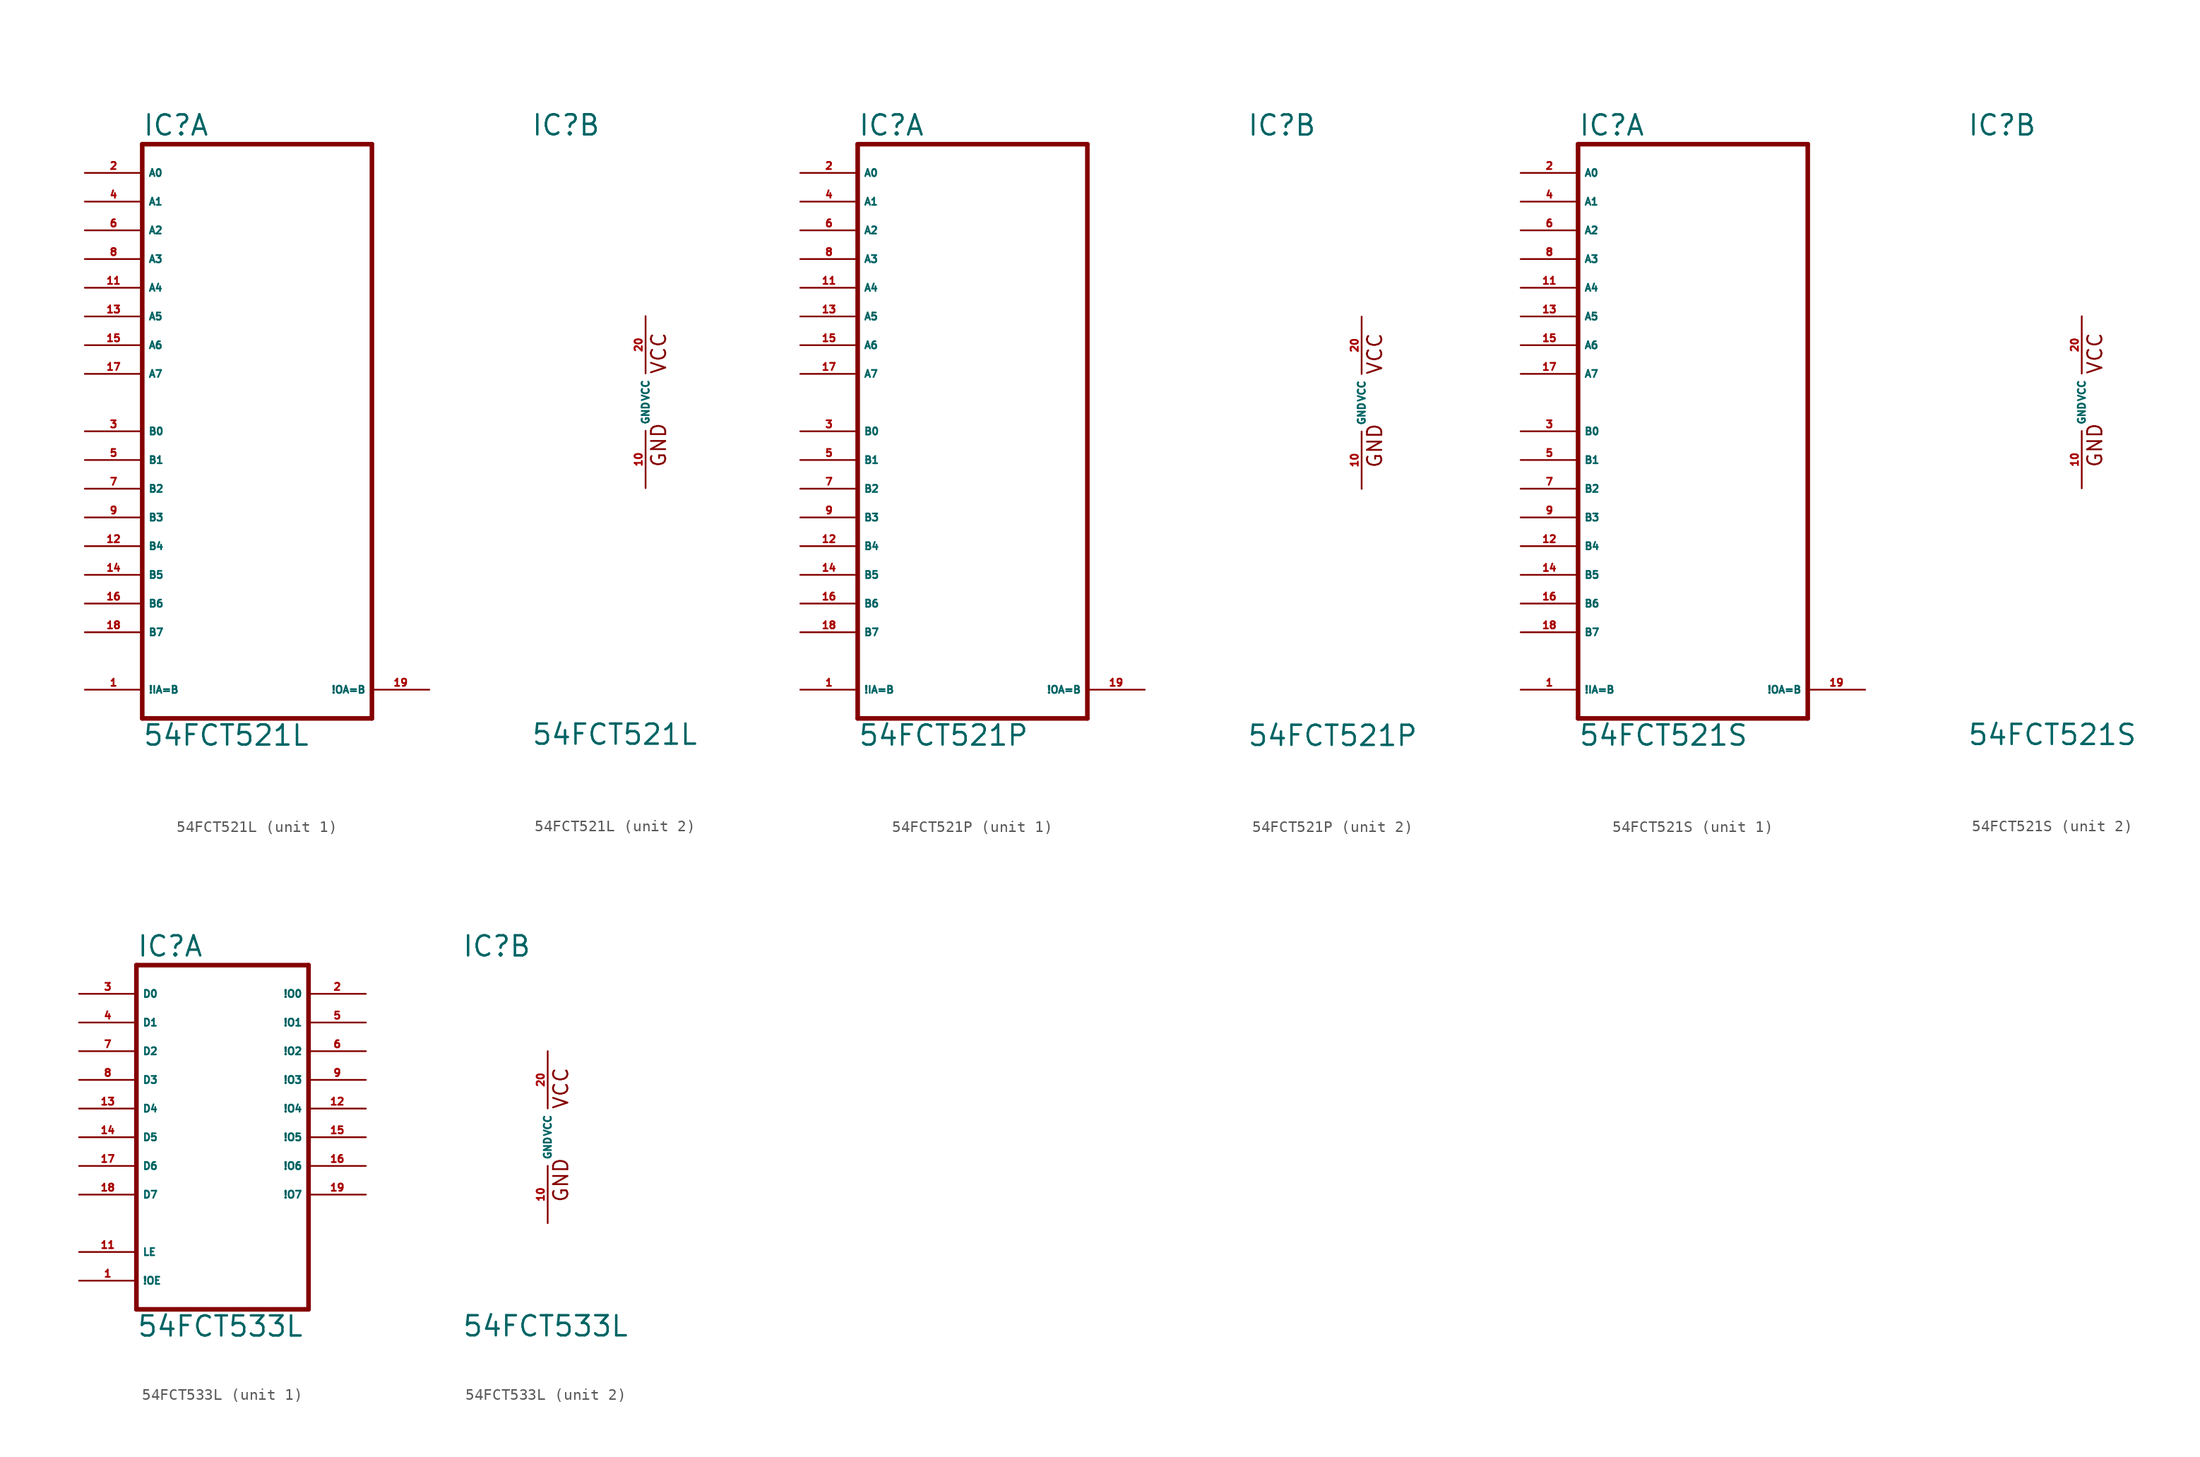
<source format=kicad_sym>
(kicad_symbol_lib
  (version 20220914)
  (generator Eagle2Kicad)
  (symbol "54FCT521L"
    (property "Reference" "IC"
      (at -10.16 23.495 0)
      (effects (font (size 1.778 1.778) (thickness 0.22)) (justify left bottom)))
    (property "Value" "54FCT521L"
      (at -10.16 -30.48 0)
      (effects (font (size 1.778 1.778) (thickness 0.22)) (justify left bottom)))
    (symbol "54FCT521L_1_0"
      (polyline (pts (xy -10.16 -27.94) (xy 10.16 -27.94)) (stroke (width 0.406) (type default)) (fill (type none)))
      (polyline (pts (xy 10.16 -27.94) (xy 10.16 22.86)) (stroke (width 0.406) (type default)) (fill (type none)))
      (polyline (pts (xy 10.16 22.86) (xy -10.16 22.86)) (stroke (width 0.406) (type default)) (fill (type none)))
      (polyline (pts (xy -10.16 22.86) (xy -10.16 -27.94)) (stroke (width 0.406) (type default)) (fill (type none)))
      (pin input line (at -15.24 20.32 0) (length 5.08) (name "A0" (effects (font (size 0.635 0.635) (thickness 0.08)) (justify left bottom))) (number "2" (effects (font (size 0.635 0.635) (thickness 0.08)) (justify left bottom))))
      (pin input line (at -15.24 17.78 0) (length 5.08) (name "A1" (effects (font (size 0.635 0.635) (thickness 0.08)) (justify left bottom))) (number "4" (effects (font (size 0.635 0.635) (thickness 0.08)) (justify left bottom))))
      (pin input line (at -15.24 15.24 0) (length 5.08) (name "A2" (effects (font (size 0.635 0.635) (thickness 0.08)) (justify left bottom))) (number "6" (effects (font (size 0.635 0.635) (thickness 0.08)) (justify left bottom))))
      (pin input line (at -15.24 12.7 0) (length 5.08) (name "A3" (effects (font (size 0.635 0.635) (thickness 0.08)) (justify left bottom))) (number "8" (effects (font (size 0.635 0.635) (thickness 0.08)) (justify left bottom))))
      (pin input line (at -15.24 10.16 0) (length 5.08) (name "A4" (effects (font (size 0.635 0.635) (thickness 0.08)) (justify left bottom))) (number "11" (effects (font (size 0.635 0.635) (thickness 0.08)) (justify left bottom))))
      (pin input line (at -15.24 7.62 0) (length 5.08) (name "A5" (effects (font (size 0.635 0.635) (thickness 0.08)) (justify left bottom))) (number "13" (effects (font (size 0.635 0.635) (thickness 0.08)) (justify left bottom))))
      (pin input line (at -15.24 5.08 0) (length 5.08) (name "A6" (effects (font (size 0.635 0.635) (thickness 0.08)) (justify left bottom))) (number "15" (effects (font (size 0.635 0.635) (thickness 0.08)) (justify left bottom))))
      (pin input line (at -15.24 2.54 0) (length 5.08) (name "A7" (effects (font (size 0.635 0.635) (thickness 0.08)) (justify left bottom))) (number "17" (effects (font (size 0.635 0.635) (thickness 0.08)) (justify left bottom))))
      (pin input line (at -15.24 -2.54 0) (length 5.08) (name "B0" (effects (font (size 0.635 0.635) (thickness 0.08)) (justify left bottom))) (number "3" (effects (font (size 0.635 0.635) (thickness 0.08)) (justify left bottom))))
      (pin input line (at -15.24 -5.08 0) (length 5.08) (name "B1" (effects (font (size 0.635 0.635) (thickness 0.08)) (justify left bottom))) (number "5" (effects (font (size 0.635 0.635) (thickness 0.08)) (justify left bottom))))
      (pin input line (at -15.24 -7.62 0) (length 5.08) (name "B2" (effects (font (size 0.635 0.635) (thickness 0.08)) (justify left bottom))) (number "7" (effects (font (size 0.635 0.635) (thickness 0.08)) (justify left bottom))))
      (pin input line (at -15.24 -10.16 0) (length 5.08) (name "B3" (effects (font (size 0.635 0.635) (thickness 0.08)) (justify left bottom))) (number "9" (effects (font (size 0.635 0.635) (thickness 0.08)) (justify left bottom))))
      (pin input line (at -15.24 -12.7 0) (length 5.08) (name "B4" (effects (font (size 0.635 0.635) (thickness 0.08)) (justify left bottom))) (number "12" (effects (font (size 0.635 0.635) (thickness 0.08)) (justify left bottom))))
      (pin input line (at -15.24 -15.24 0) (length 5.08) (name "B5" (effects (font (size 0.635 0.635) (thickness 0.08)) (justify left bottom))) (number "14" (effects (font (size 0.635 0.635) (thickness 0.08)) (justify left bottom))))
      (pin input line (at -15.24 -17.78 0) (length 5.08) (name "B6" (effects (font (size 0.635 0.635) (thickness 0.08)) (justify left bottom))) (number "16" (effects (font (size 0.635 0.635) (thickness 0.08)) (justify left bottom))))
      (pin input line (at -15.24 -20.32 0) (length 5.08) (name "B7" (effects (font (size 0.635 0.635) (thickness 0.08)) (justify left bottom))) (number "18" (effects (font (size 0.635 0.635) (thickness 0.08)) (justify left bottom))))
      (pin input line (at -15.24 -25.4 0) (length 5.08) (name "!IA=B" (effects (font (size 0.635 0.635) (thickness 0.08)) (justify left bottom))) (number "1" (effects (font (size 0.635 0.635) (thickness 0.08)) (justify left bottom))))
      (pin output line (at 15.24 -25.4 180) (length 5.08) (name "!OA=B" (effects (font (size 0.635 0.635) (thickness 0.08)) (justify left bottom))) (number "19" (effects (font (size 0.635 0.635) (thickness 0.08)) (justify left bottom)))))
    (symbol "54FCT521L_2_0"
      (text "GND" (at 1.905 -5.842 900) (effects (font (size 1.27 1.27) (thickness 0.16)) (justify left bottom)))
      (text "VCC" (at 1.905 2.413 900) (effects (font (size 1.27 1.27) (thickness 0.16)) (justify left bottom)))
      (pin unspecified line (at 0 7.62 270) (length 5.08) (name "VCC" (effects (font (size 0.635 0.635) (thickness 0.08)) (justify left bottom))) (number "20" (effects (font (size 0.635 0.635) (thickness 0.08)) (justify left bottom))))
      (pin unspecified line (at 0 -7.62 90) (length 5.08) (name "GND" (effects (font (size 0.635 0.635) (thickness 0.08)) (justify left bottom))) (number "10" (effects (font (size 0.635 0.635) (thickness 0.08)) (justify left bottom))))))
  (symbol "54FCT521P"
    (property "Reference" "IC"
      (at -10.16 23.495 0)
      (effects (font (size 1.778 1.778) (thickness 0.22)) (justify left bottom)))
    (property "Value" "54FCT521P"
      (at -10.16 -30.48 0)
      (effects (font (size 1.778 1.778) (thickness 0.22)) (justify left bottom)))
    (symbol "54FCT521P_1_0"
      (polyline (pts (xy -10.16 -27.94) (xy 10.16 -27.94)) (stroke (width 0.406) (type default)) (fill (type none)))
      (polyline (pts (xy 10.16 -27.94) (xy 10.16 22.86)) (stroke (width 0.406) (type default)) (fill (type none)))
      (polyline (pts (xy 10.16 22.86) (xy -10.16 22.86)) (stroke (width 0.406) (type default)) (fill (type none)))
      (polyline (pts (xy -10.16 22.86) (xy -10.16 -27.94)) (stroke (width 0.406) (type default)) (fill (type none)))
      (pin input line (at -15.24 20.32 0) (length 5.08) (name "A0" (effects (font (size 0.635 0.635) (thickness 0.08)) (justify left bottom))) (number "2" (effects (font (size 0.635 0.635) (thickness 0.08)) (justify left bottom))))
      (pin input line (at -15.24 17.78 0) (length 5.08) (name "A1" (effects (font (size 0.635 0.635) (thickness 0.08)) (justify left bottom))) (number "4" (effects (font (size 0.635 0.635) (thickness 0.08)) (justify left bottom))))
      (pin input line (at -15.24 15.24 0) (length 5.08) (name "A2" (effects (font (size 0.635 0.635) (thickness 0.08)) (justify left bottom))) (number "6" (effects (font (size 0.635 0.635) (thickness 0.08)) (justify left bottom))))
      (pin input line (at -15.24 12.7 0) (length 5.08) (name "A3" (effects (font (size 0.635 0.635) (thickness 0.08)) (justify left bottom))) (number "8" (effects (font (size 0.635 0.635) (thickness 0.08)) (justify left bottom))))
      (pin input line (at -15.24 10.16 0) (length 5.08) (name "A4" (effects (font (size 0.635 0.635) (thickness 0.08)) (justify left bottom))) (number "11" (effects (font (size 0.635 0.635) (thickness 0.08)) (justify left bottom))))
      (pin input line (at -15.24 7.62 0) (length 5.08) (name "A5" (effects (font (size 0.635 0.635) (thickness 0.08)) (justify left bottom))) (number "13" (effects (font (size 0.635 0.635) (thickness 0.08)) (justify left bottom))))
      (pin input line (at -15.24 5.08 0) (length 5.08) (name "A6" (effects (font (size 0.635 0.635) (thickness 0.08)) (justify left bottom))) (number "15" (effects (font (size 0.635 0.635) (thickness 0.08)) (justify left bottom))))
      (pin input line (at -15.24 2.54 0) (length 5.08) (name "A7" (effects (font (size 0.635 0.635) (thickness 0.08)) (justify left bottom))) (number "17" (effects (font (size 0.635 0.635) (thickness 0.08)) (justify left bottom))))
      (pin input line (at -15.24 -2.54 0) (length 5.08) (name "B0" (effects (font (size 0.635 0.635) (thickness 0.08)) (justify left bottom))) (number "3" (effects (font (size 0.635 0.635) (thickness 0.08)) (justify left bottom))))
      (pin input line (at -15.24 -5.08 0) (length 5.08) (name "B1" (effects (font (size 0.635 0.635) (thickness 0.08)) (justify left bottom))) (number "5" (effects (font (size 0.635 0.635) (thickness 0.08)) (justify left bottom))))
      (pin input line (at -15.24 -7.62 0) (length 5.08) (name "B2" (effects (font (size 0.635 0.635) (thickness 0.08)) (justify left bottom))) (number "7" (effects (font (size 0.635 0.635) (thickness 0.08)) (justify left bottom))))
      (pin input line (at -15.24 -10.16 0) (length 5.08) (name "B3" (effects (font (size 0.635 0.635) (thickness 0.08)) (justify left bottom))) (number "9" (effects (font (size 0.635 0.635) (thickness 0.08)) (justify left bottom))))
      (pin input line (at -15.24 -12.7 0) (length 5.08) (name "B4" (effects (font (size 0.635 0.635) (thickness 0.08)) (justify left bottom))) (number "12" (effects (font (size 0.635 0.635) (thickness 0.08)) (justify left bottom))))
      (pin input line (at -15.24 -15.24 0) (length 5.08) (name "B5" (effects (font (size 0.635 0.635) (thickness 0.08)) (justify left bottom))) (number "14" (effects (font (size 0.635 0.635) (thickness 0.08)) (justify left bottom))))
      (pin input line (at -15.24 -17.78 0) (length 5.08) (name "B6" (effects (font (size 0.635 0.635) (thickness 0.08)) (justify left bottom))) (number "16" (effects (font (size 0.635 0.635) (thickness 0.08)) (justify left bottom))))
      (pin input line (at -15.24 -20.32 0) (length 5.08) (name "B7" (effects (font (size 0.635 0.635) (thickness 0.08)) (justify left bottom))) (number "18" (effects (font (size 0.635 0.635) (thickness 0.08)) (justify left bottom))))
      (pin input line (at -15.24 -25.4 0) (length 5.08) (name "!IA=B" (effects (font (size 0.635 0.635) (thickness 0.08)) (justify left bottom))) (number "1" (effects (font (size 0.635 0.635) (thickness 0.08)) (justify left bottom))))
      (pin output line (at 15.24 -25.4 180) (length 5.08) (name "!OA=B" (effects (font (size 0.635 0.635) (thickness 0.08)) (justify left bottom))) (number "19" (effects (font (size 0.635 0.635) (thickness 0.08)) (justify left bottom)))))
    (symbol "54FCT521P_2_0"
      (text "GND" (at 1.905 -5.842 900) (effects (font (size 1.27 1.27) (thickness 0.16)) (justify left bottom)))
      (text "VCC" (at 1.905 2.413 900) (effects (font (size 1.27 1.27) (thickness 0.16)) (justify left bottom)))
      (pin unspecified line (at 0 7.62 270) (length 5.08) (name "VCC" (effects (font (size 0.635 0.635) (thickness 0.08)) (justify left bottom))) (number "20" (effects (font (size 0.635 0.635) (thickness 0.08)) (justify left bottom))))
      (pin unspecified line (at 0 -7.62 90) (length 5.08) (name "GND" (effects (font (size 0.635 0.635) (thickness 0.08)) (justify left bottom))) (number "10" (effects (font (size 0.635 0.635) (thickness 0.08)) (justify left bottom))))))
  (symbol "54FCT521S"
    (property "Reference" "IC"
      (at -10.16 23.495 0)
      (effects (font (size 1.778 1.778) (thickness 0.22)) (justify left bottom)))
    (property "Value" "54FCT521S"
      (at -10.16 -30.48 0)
      (effects (font (size 1.778 1.778) (thickness 0.22)) (justify left bottom)))
    (symbol "54FCT521S_1_0"
      (polyline (pts (xy -10.16 -27.94) (xy 10.16 -27.94)) (stroke (width 0.406) (type default)) (fill (type none)))
      (polyline (pts (xy 10.16 -27.94) (xy 10.16 22.86)) (stroke (width 0.406) (type default)) (fill (type none)))
      (polyline (pts (xy 10.16 22.86) (xy -10.16 22.86)) (stroke (width 0.406) (type default)) (fill (type none)))
      (polyline (pts (xy -10.16 22.86) (xy -10.16 -27.94)) (stroke (width 0.406) (type default)) (fill (type none)))
      (pin input line (at -15.24 20.32 0) (length 5.08) (name "A0" (effects (font (size 0.635 0.635) (thickness 0.08)) (justify left bottom))) (number "2" (effects (font (size 0.635 0.635) (thickness 0.08)) (justify left bottom))))
      (pin input line (at -15.24 17.78 0) (length 5.08) (name "A1" (effects (font (size 0.635 0.635) (thickness 0.08)) (justify left bottom))) (number "4" (effects (font (size 0.635 0.635) (thickness 0.08)) (justify left bottom))))
      (pin input line (at -15.24 15.24 0) (length 5.08) (name "A2" (effects (font (size 0.635 0.635) (thickness 0.08)) (justify left bottom))) (number "6" (effects (font (size 0.635 0.635) (thickness 0.08)) (justify left bottom))))
      (pin input line (at -15.24 12.7 0) (length 5.08) (name "A3" (effects (font (size 0.635 0.635) (thickness 0.08)) (justify left bottom))) (number "8" (effects (font (size 0.635 0.635) (thickness 0.08)) (justify left bottom))))
      (pin input line (at -15.24 10.16 0) (length 5.08) (name "A4" (effects (font (size 0.635 0.635) (thickness 0.08)) (justify left bottom))) (number "11" (effects (font (size 0.635 0.635) (thickness 0.08)) (justify left bottom))))
      (pin input line (at -15.24 7.62 0) (length 5.08) (name "A5" (effects (font (size 0.635 0.635) (thickness 0.08)) (justify left bottom))) (number "13" (effects (font (size 0.635 0.635) (thickness 0.08)) (justify left bottom))))
      (pin input line (at -15.24 5.08 0) (length 5.08) (name "A6" (effects (font (size 0.635 0.635) (thickness 0.08)) (justify left bottom))) (number "15" (effects (font (size 0.635 0.635) (thickness 0.08)) (justify left bottom))))
      (pin input line (at -15.24 2.54 0) (length 5.08) (name "A7" (effects (font (size 0.635 0.635) (thickness 0.08)) (justify left bottom))) (number "17" (effects (font (size 0.635 0.635) (thickness 0.08)) (justify left bottom))))
      (pin input line (at -15.24 -2.54 0) (length 5.08) (name "B0" (effects (font (size 0.635 0.635) (thickness 0.08)) (justify left bottom))) (number "3" (effects (font (size 0.635 0.635) (thickness 0.08)) (justify left bottom))))
      (pin input line (at -15.24 -5.08 0) (length 5.08) (name "B1" (effects (font (size 0.635 0.635) (thickness 0.08)) (justify left bottom))) (number "5" (effects (font (size 0.635 0.635) (thickness 0.08)) (justify left bottom))))
      (pin input line (at -15.24 -7.62 0) (length 5.08) (name "B2" (effects (font (size 0.635 0.635) (thickness 0.08)) (justify left bottom))) (number "7" (effects (font (size 0.635 0.635) (thickness 0.08)) (justify left bottom))))
      (pin input line (at -15.24 -10.16 0) (length 5.08) (name "B3" (effects (font (size 0.635 0.635) (thickness 0.08)) (justify left bottom))) (number "9" (effects (font (size 0.635 0.635) (thickness 0.08)) (justify left bottom))))
      (pin input line (at -15.24 -12.7 0) (length 5.08) (name "B4" (effects (font (size 0.635 0.635) (thickness 0.08)) (justify left bottom))) (number "12" (effects (font (size 0.635 0.635) (thickness 0.08)) (justify left bottom))))
      (pin input line (at -15.24 -15.24 0) (length 5.08) (name "B5" (effects (font (size 0.635 0.635) (thickness 0.08)) (justify left bottom))) (number "14" (effects (font (size 0.635 0.635) (thickness 0.08)) (justify left bottom))))
      (pin input line (at -15.24 -17.78 0) (length 5.08) (name "B6" (effects (font (size 0.635 0.635) (thickness 0.08)) (justify left bottom))) (number "16" (effects (font (size 0.635 0.635) (thickness 0.08)) (justify left bottom))))
      (pin input line (at -15.24 -20.32 0) (length 5.08) (name "B7" (effects (font (size 0.635 0.635) (thickness 0.08)) (justify left bottom))) (number "18" (effects (font (size 0.635 0.635) (thickness 0.08)) (justify left bottom))))
      (pin input line (at -15.24 -25.4 0) (length 5.08) (name "!IA=B" (effects (font (size 0.635 0.635) (thickness 0.08)) (justify left bottom))) (number "1" (effects (font (size 0.635 0.635) (thickness 0.08)) (justify left bottom))))
      (pin output line (at 15.24 -25.4 180) (length 5.08) (name "!OA=B" (effects (font (size 0.635 0.635) (thickness 0.08)) (justify left bottom))) (number "19" (effects (font (size 0.635 0.635) (thickness 0.08)) (justify left bottom)))))
    (symbol "54FCT521S_2_0"
      (text "GND" (at 1.905 -5.842 900) (effects (font (size 1.27 1.27) (thickness 0.16)) (justify left bottom)))
      (text "VCC" (at 1.905 2.413 900) (effects (font (size 1.27 1.27) (thickness 0.16)) (justify left bottom)))
      (pin unspecified line (at 0 7.62 270) (length 5.08) (name "VCC" (effects (font (size 0.635 0.635) (thickness 0.08)) (justify left bottom))) (number "20" (effects (font (size 0.635 0.635) (thickness 0.08)) (justify left bottom))))
      (pin unspecified line (at 0 -7.62 90) (length 5.08) (name "GND" (effects (font (size 0.635 0.635) (thickness 0.08)) (justify left bottom))) (number "10" (effects (font (size 0.635 0.635) (thickness 0.08)) (justify left bottom))))))
  (symbol "54FCT533L"
    (property "Reference" "IC"
      (at -7.62 15.875 0)
      (effects (font (size 1.778 1.778) (thickness 0.22)) (justify left bottom)))
    (property "Value" "54FCT533L"
      (at -7.62 -17.78 0)
      (effects (font (size 1.778 1.778) (thickness 0.22)) (justify left bottom)))
    (symbol "54FCT533L_1_0"
      (polyline (pts (xy -7.62 -15.24) (xy 7.62 -15.24)) (stroke (width 0.406) (type default)) (fill (type none)))
      (polyline (pts (xy 7.62 -15.24) (xy 7.62 15.24)) (stroke (width 0.406) (type default)) (fill (type none)))
      (polyline (pts (xy 7.62 15.24) (xy -7.62 15.24)) (stroke (width 0.406) (type default)) (fill (type none)))
      (polyline (pts (xy -7.62 15.24) (xy -7.62 -15.24)) (stroke (width 0.406) (type default)) (fill (type none)))
      (pin input line (at -12.7 12.7 0) (length 5.08) (name "D0" (effects (font (size 0.635 0.635) (thickness 0.08)) (justify left bottom))) (number "3" (effects (font (size 0.635 0.635) (thickness 0.08)) (justify left bottom))))
      (pin input line (at -12.7 10.16 0) (length 5.08) (name "D1" (effects (font (size 0.635 0.635) (thickness 0.08)) (justify left bottom))) (number "4" (effects (font (size 0.635 0.635) (thickness 0.08)) (justify left bottom))))
      (pin input line (at -12.7 7.62 0) (length 5.08) (name "D2" (effects (font (size 0.635 0.635) (thickness 0.08)) (justify left bottom))) (number "7" (effects (font (size 0.635 0.635) (thickness 0.08)) (justify left bottom))))
      (pin input line (at -12.7 5.08 0) (length 5.08) (name "D3" (effects (font (size 0.635 0.635) (thickness 0.08)) (justify left bottom))) (number "8" (effects (font (size 0.635 0.635) (thickness 0.08)) (justify left bottom))))
      (pin input line (at -12.7 2.54 0) (length 5.08) (name "D4" (effects (font (size 0.635 0.635) (thickness 0.08)) (justify left bottom))) (number "13" (effects (font (size 0.635 0.635) (thickness 0.08)) (justify left bottom))))
      (pin input line (at -12.7 0 0) (length 5.08) (name "D5" (effects (font (size 0.635 0.635) (thickness 0.08)) (justify left bottom))) (number "14" (effects (font (size 0.635 0.635) (thickness 0.08)) (justify left bottom))))
      (pin input line (at -12.7 -2.54 0) (length 5.08) (name "D6" (effects (font (size 0.635 0.635) (thickness 0.08)) (justify left bottom))) (number "17" (effects (font (size 0.635 0.635) (thickness 0.08)) (justify left bottom))))
      (pin input line (at -12.7 -5.08 0) (length 5.08) (name "D7" (effects (font (size 0.635 0.635) (thickness 0.08)) (justify left bottom))) (number "18" (effects (font (size 0.635 0.635) (thickness 0.08)) (justify left bottom))))
      (pin input line (at -12.7 -10.16 0) (length 5.08) (name "LE" (effects (font (size 0.635 0.635) (thickness 0.08)) (justify left bottom))) (number "11" (effects (font (size 0.635 0.635) (thickness 0.08)) (justify left bottom))))
      (pin input line (at -12.7 -12.7 0) (length 5.08) (name "!OE" (effects (font (size 0.635 0.635) (thickness 0.08)) (justify left bottom))) (number "1" (effects (font (size 0.635 0.635) (thickness 0.08)) (justify left bottom))))
      (pin output line (at 12.7 12.7 180) (length 5.08) (name "!O0" (effects (font (size 0.635 0.635) (thickness 0.08)) (justify left bottom))) (number "2" (effects (font (size 0.635 0.635) (thickness 0.08)) (justify left bottom))))
      (pin output line (at 12.7 10.16 180) (length 5.08) (name "!O1" (effects (font (size 0.635 0.635) (thickness 0.08)) (justify left bottom))) (number "5" (effects (font (size 0.635 0.635) (thickness 0.08)) (justify left bottom))))
      (pin output line (at 12.7 7.62 180) (length 5.08) (name "!O2" (effects (font (size 0.635 0.635) (thickness 0.08)) (justify left bottom))) (number "6" (effects (font (size 0.635 0.635) (thickness 0.08)) (justify left bottom))))
      (pin output line (at 12.7 5.08 180) (length 5.08) (name "!O3" (effects (font (size 0.635 0.635) (thickness 0.08)) (justify left bottom))) (number "9" (effects (font (size 0.635 0.635) (thickness 0.08)) (justify left bottom))))
      (pin output line (at 12.7 2.54 180) (length 5.08) (name "!O4" (effects (font (size 0.635 0.635) (thickness 0.08)) (justify left bottom))) (number "12" (effects (font (size 0.635 0.635) (thickness 0.08)) (justify left bottom))))
      (pin output line (at 12.7 0 180) (length 5.08) (name "!O5" (effects (font (size 0.635 0.635) (thickness 0.08)) (justify left bottom))) (number "15" (effects (font (size 0.635 0.635) (thickness 0.08)) (justify left bottom))))
      (pin output line (at 12.7 -2.54 180) (length 5.08) (name "!O6" (effects (font (size 0.635 0.635) (thickness 0.08)) (justify left bottom))) (number "16" (effects (font (size 0.635 0.635) (thickness 0.08)) (justify left bottom))))
      (pin output line (at 12.7 -5.08 180) (length 5.08) (name "!O7" (effects (font (size 0.635 0.635) (thickness 0.08)) (justify left bottom))) (number "19" (effects (font (size 0.635 0.635) (thickness 0.08)) (justify left bottom)))))
    (symbol "54FCT533L_2_0"
      (text "GND" (at 1.905 -5.842 900) (effects (font (size 1.27 1.27) (thickness 0.16)) (justify left bottom)))
      (text "VCC" (at 1.905 2.413 900) (effects (font (size 1.27 1.27) (thickness 0.16)) (justify left bottom)))
      (pin unspecified line (at 0 7.62 270) (length 5.08) (name "VCC" (effects (font (size 0.635 0.635) (thickness 0.08)) (justify left bottom))) (number "20" (effects (font (size 0.635 0.635) (thickness 0.08)) (justify left bottom))))
      (pin unspecified line (at 0 -7.62 90) (length 5.08) (name "GND" (effects (font (size 0.635 0.635) (thickness 0.08)) (justify left bottom))) (number "10" (effects (font (size 0.635 0.635) (thickness 0.08)) (justify left bottom)))))))
</source>
